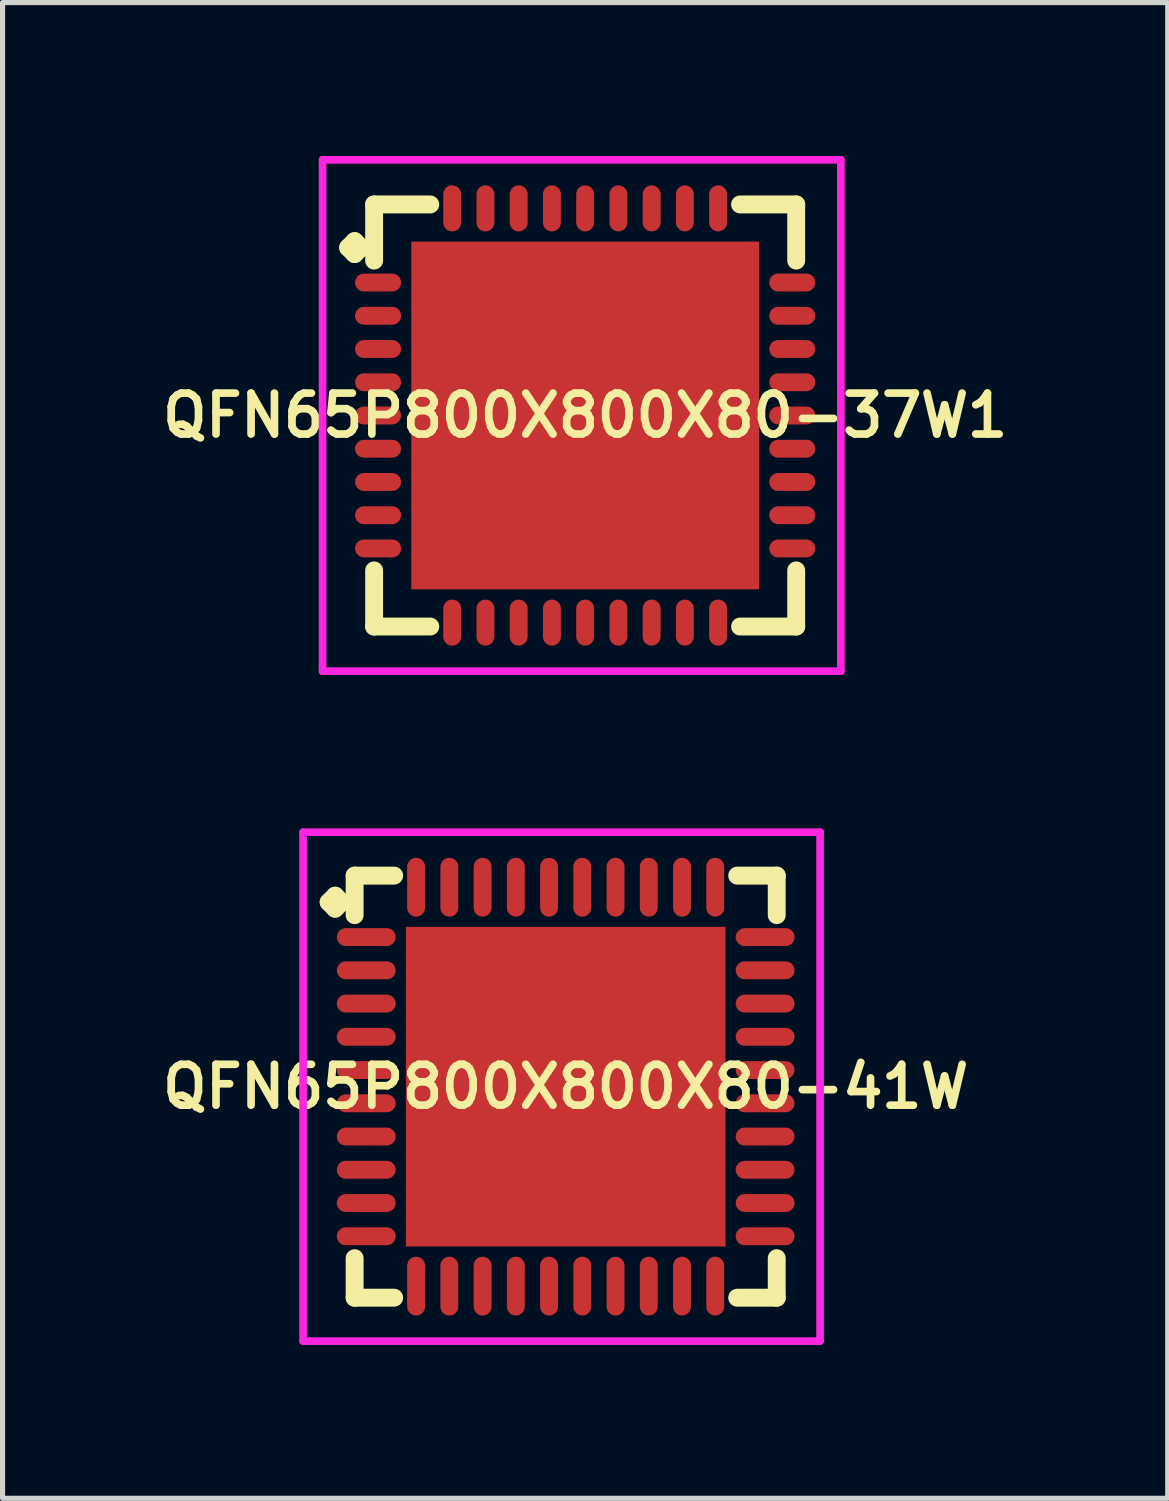
<source format=kicad_pcb>
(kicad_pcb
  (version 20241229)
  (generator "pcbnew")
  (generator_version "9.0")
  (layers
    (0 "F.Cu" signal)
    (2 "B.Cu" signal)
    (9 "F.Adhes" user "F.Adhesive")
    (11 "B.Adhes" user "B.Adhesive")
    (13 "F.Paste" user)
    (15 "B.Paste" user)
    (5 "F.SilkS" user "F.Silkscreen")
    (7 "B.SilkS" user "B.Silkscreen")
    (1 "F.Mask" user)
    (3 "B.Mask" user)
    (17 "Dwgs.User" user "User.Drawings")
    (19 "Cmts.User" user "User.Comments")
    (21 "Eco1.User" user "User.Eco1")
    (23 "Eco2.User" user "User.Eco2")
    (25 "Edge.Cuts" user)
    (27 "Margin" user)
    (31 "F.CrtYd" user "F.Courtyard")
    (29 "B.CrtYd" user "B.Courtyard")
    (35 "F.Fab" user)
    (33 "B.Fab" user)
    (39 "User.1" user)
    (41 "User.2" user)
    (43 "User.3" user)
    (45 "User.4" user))
  (footprint "QFN65P800X800X80-37W1"
    (layer "F.Cu")
    (at 8.393 5.075)
    (property "Reference" "QFN65P800X800X80-37W1" (at 0 0 0) (layer "F.SilkS") (effects (font (size 0.8 0.8) (thickness 0.15))))
    (attr smd)
    (fp_line (start -4.635 -3.283) (end -4.508 -3.41) (stroke (width 0.35) (type solid)) (layer "F.SilkS"))
    (fp_line (start -4.508 -3.41) (end -4.381 -3.283) (stroke (width 0.35) (type solid)) (layer "F.SilkS"))
    (fp_line (start -4.508 -3.156) (end -4.635 -3.283) (stroke (width 0.35) (type solid)) (layer "F.SilkS"))
    (fp_line (start -4.381 -3.283) (end -4.508 -3.156) (stroke (width 0.35) (type solid)) (layer "F.SilkS"))
    (fp_line (start -4.127 -4.127) (end -3.029 -4.127) (stroke (width 0.35) (type solid)) (layer "F.SilkS"))
    (fp_line (start -4.127 -3.029) (end -4.127 -4.127) (stroke (width 0.35) (type solid)) (layer "F.SilkS"))
    (fp_line (start -4.127 3.029) (end -4.127 4.127) (stroke (width 0.35) (type solid)) (layer "F.SilkS"))
    (fp_line (start -4.127 4.127) (end -3.029 4.127) (stroke (width 0.35) (type solid)) (layer "F.SilkS"))
    (fp_line (start 3.029 -4.127) (end 4.127 -4.127) (stroke (width 0.35) (type solid)) (layer "F.SilkS"))
    (fp_line (start 3.029 4.127) (end 4.127 4.127) (stroke (width 0.35) (type solid)) (layer "F.SilkS"))
    (fp_line (start 4.127 -4.127) (end 4.127 -3.029) (stroke (width 0.35) (type solid)) (layer "F.SilkS"))
    (fp_line (start 4.127 4.127) (end 4.127 3.029) (stroke (width 0.35) (type solid)) (layer "F.SilkS"))
    (fp_line (start -5.135 -5) (end 5 -5) (stroke (width 0.15) (type solid)) (layer "F.CrtYd"))
    (fp_line (start -5.135 5) (end -5.135 -5) (stroke (width 0.15) (type solid)) (layer "F.CrtYd"))
    (fp_line (start 5 -5) (end 5 5) (stroke (width 0.15) (type solid)) (layer "F.CrtYd"))
    (fp_line (start 5 5) (end -5.135 5) (stroke (width 0.15) (type solid)) (layer "F.CrtYd"))
    (pad "1" smd oval (at -4.05 -2.6) (size 0.9 0.35) (layers "F.Cu" "F.Mask" "F.Paste"))
    (pad "2" smd oval (at -4.05 -1.95) (size 0.9 0.35) (layers "F.Cu" "F.Mask" "F.Paste"))
    (pad "3" smd oval (at -4.05 -1.3) (size 0.9 0.35) (layers "F.Cu" "F.Mask" "F.Paste"))
    (pad "4" smd oval (at -4.05 -0.65) (size 0.9 0.35) (layers "F.Cu" "F.Mask" "F.Paste"))
    (pad "5" smd oval (at -4.05 0) (size 0.9 0.35) (layers "F.Cu" "F.Mask" "F.Paste"))
    (pad "6" smd oval (at -4.05 0.65) (size 0.9 0.35) (layers "F.Cu" "F.Mask" "F.Paste"))
    (pad "7" smd oval (at -4.05 1.3) (size 0.9 0.35) (layers "F.Cu" "F.Mask" "F.Paste"))
    (pad "8" smd oval (at -4.05 1.95) (size 0.9 0.35) (layers "F.Cu" "F.Mask" "F.Paste"))
    (pad "9" smd oval (at -4.05 2.6) (size 0.9 0.35) (layers "F.Cu" "F.Mask" "F.Paste"))
    (pad "10" smd oval (at -2.6 4.05) (size 0.35 0.9) (layers "F.Cu" "F.Mask" "F.Paste"))
    (pad "11" smd oval (at -1.95 4.05) (size 0.35 0.9) (layers "F.Cu" "F.Mask" "F.Paste"))
    (pad "12" smd oval (at -1.3 4.05) (size 0.35 0.9) (layers "F.Cu" "F.Mask" "F.Paste"))
    (pad "13" smd oval (at -0.65 4.05) (size 0.35 0.9) (layers "F.Cu" "F.Mask" "F.Paste"))
    (pad "14" smd oval (at 0 4.05) (size 0.35 0.9) (layers "F.Cu" "F.Mask" "F.Paste"))
    (pad "15" smd oval (at 0.65 4.05) (size 0.35 0.9) (layers "F.Cu" "F.Mask" "F.Paste"))
    (pad "16" smd oval (at 1.3 4.05) (size 0.35 0.9) (layers "F.Cu" "F.Mask" "F.Paste"))
    (pad "17" smd oval (at 1.95 4.05) (size 0.35 0.9) (layers "F.Cu" "F.Mask" "F.Paste"))
    (pad "18" smd oval (at 2.6 4.05) (size 0.35 0.9) (layers "F.Cu" "F.Mask" "F.Paste"))
    (pad "19" smd oval (at 4.05 2.6) (size 0.9 0.35) (layers "F.Cu" "F.Mask" "F.Paste"))
    (pad "20" smd oval (at 4.05 1.95) (size 0.9 0.35) (layers "F.Cu" "F.Mask" "F.Paste"))
    (pad "21" smd oval (at 4.05 1.3) (size 0.9 0.35) (layers "F.Cu" "F.Mask" "F.Paste"))
    (pad "22" smd oval (at 4.05 0.65) (size 0.9 0.35) (layers "F.Cu" "F.Mask" "F.Paste"))
    (pad "23" smd oval (at 4.05 0) (size 0.9 0.35) (layers "F.Cu" "F.Mask" "F.Paste"))
    (pad "24" smd oval (at 4.05 -0.65) (size 0.9 0.35) (layers "F.Cu" "F.Mask" "F.Paste"))
    (pad "25" smd oval (at 4.05 -1.3) (size 0.9 0.35) (layers "F.Cu" "F.Mask" "F.Paste"))
    (pad "26" smd oval (at 4.05 -1.95) (size 0.9 0.35) (layers "F.Cu" "F.Mask" "F.Paste"))
    (pad "27" smd oval (at 4.05 -2.6) (size 0.9 0.35) (layers "F.Cu" "F.Mask" "F.Paste"))
    (pad "28" smd oval (at 2.6 -4.05) (size 0.35 0.9) (layers "F.Cu" "F.Mask" "F.Paste"))
    (pad "29" smd oval (at 1.95 -4.05) (size 0.35 0.9) (layers "F.Cu" "F.Mask" "F.Paste"))
    (pad "30" smd oval (at 1.3 -4.05) (size 0.35 0.9) (layers "F.Cu" "F.Mask" "F.Paste"))
    (pad "31" smd oval (at 0.65 -4.05) (size 0.35 0.9) (layers "F.Cu" "F.Mask" "F.Paste"))
    (pad "32" smd oval (at 0 -4.05) (size 0.35 0.9) (layers "F.Cu" "F.Mask" "F.Paste"))
    (pad "33" smd oval (at -0.65 -4.05) (size 0.35 0.9) (layers "F.Cu" "F.Mask" "F.Paste"))
    (pad "34" smd oval (at -1.3 -4.05) (size 0.35 0.9) (layers "F.Cu" "F.Mask" "F.Paste"))
    (pad "35" smd oval (at -1.95 -4.05) (size 0.35 0.9) (layers "F.Cu" "F.Mask" "F.Paste"))
    (pad "36" smd oval (at -2.6 -4.05) (size 0.35 0.9) (layers "F.Cu" "F.Mask" "F.Paste"))
    (pad "37" smd rect (at 0 0) (size 6.8 6.8) (layers "F.Cu" "F.Mask" "F.Paste")))
  (footprint "QFN65P800X800X80-41W"
    (layer "F.Cu")
    (at 8.012 18.2)
    (property "Reference" "QFN65P800X800X80-41W" (at 0 0 0) (layer "F.SilkS") (effects (font (size 0.8 0.8) (thickness 0.15))))
    (attr smd)
    (fp_line (start -4.635 -3.608) (end -4.508 -3.735) (stroke (width 0.35) (type solid)) (layer "F.SilkS"))
    (fp_line (start -4.508 -3.735) (end -4.381 -3.608) (stroke (width 0.35) (type solid)) (layer "F.SilkS"))
    (fp_line (start -4.508 -3.481) (end -4.635 -3.608) (stroke (width 0.35) (type solid)) (layer "F.SilkS"))
    (fp_line (start -4.381 -3.608) (end -4.508 -3.481) (stroke (width 0.35) (type solid)) (layer "F.SilkS"))
    (fp_line (start -4.127 -4.127) (end -3.354 -4.127) (stroke (width 0.35) (type solid)) (layer "F.SilkS"))
    (fp_line (start -4.127 -3.354) (end -4.127 -4.127) (stroke (width 0.35) (type solid)) (layer "F.SilkS"))
    (fp_line (start -4.127 3.354) (end -4.127 4.127) (stroke (width 0.35) (type solid)) (layer "F.SilkS"))
    (fp_line (start -4.127 4.127) (end -3.354 4.127) (stroke (width 0.35) (type solid)) (layer "F.SilkS"))
    (fp_line (start 3.354 -4.127) (end 4.127 -4.127) (stroke (width 0.35) (type solid)) (layer "F.SilkS"))
    (fp_line (start 3.354 4.127) (end 4.127 4.127) (stroke (width 0.35) (type solid)) (layer "F.SilkS"))
    (fp_line (start 4.127 -4.127) (end 4.127 -3.354) (stroke (width 0.35) (type solid)) (layer "F.SilkS"))
    (fp_line (start 4.127 4.127) (end 4.127 3.354) (stroke (width 0.35) (type solid)) (layer "F.SilkS"))
    (fp_line (start -5.135 -4.975) (end 4.975 -4.975) (stroke (width 0.15) (type solid)) (layer "F.CrtYd"))
    (fp_line (start -5.135 4.975) (end -5.135 -4.975) (stroke (width 0.15) (type solid)) (layer "F.CrtYd"))
    (fp_line (start 4.975 -4.975) (end 4.975 4.975) (stroke (width 0.15) (type solid)) (layer "F.CrtYd"))
    (fp_line (start 4.975 4.975) (end -5.135 4.975) (stroke (width 0.15) (type solid)) (layer "F.CrtYd"))
    (pad "1" smd oval (at -3.9 -2.925) (size 1.15 0.35) (layers "F.Cu" "F.Mask" "F.Paste"))
    (pad "2" smd oval (at -3.9 -2.275) (size 1.15 0.35) (layers "F.Cu" "F.Mask" "F.Paste"))
    (pad "3" smd oval (at -3.9 -1.625) (size 1.15 0.35) (layers "F.Cu" "F.Mask" "F.Paste"))
    (pad "4" smd oval (at -3.9 -0.975) (size 1.15 0.35) (layers "F.Cu" "F.Mask" "F.Paste"))
    (pad "5" smd oval (at -3.9 -0.325) (size 1.15 0.35) (layers "F.Cu" "F.Mask" "F.Paste"))
    (pad "6" smd oval (at -3.9 0.325) (size 1.15 0.35) (layers "F.Cu" "F.Mask" "F.Paste"))
    (pad "7" smd oval (at -3.9 0.975) (size 1.15 0.35) (layers "F.Cu" "F.Mask" "F.Paste"))
    (pad "8" smd oval (at -3.9 1.625) (size 1.15 0.35) (layers "F.Cu" "F.Mask" "F.Paste"))
    (pad "9" smd oval (at -3.9 2.275) (size 1.15 0.35) (layers "F.Cu" "F.Mask" "F.Paste"))
    (pad "10" smd oval (at -3.9 2.925) (size 1.15 0.35) (layers "F.Cu" "F.Mask" "F.Paste"))
    (pad "11" smd oval (at -2.925 3.9) (size 0.35 1.15) (layers "F.Cu" "F.Mask" "F.Paste"))
    (pad "12" smd oval (at -2.275 3.9) (size 0.35 1.15) (layers "F.Cu" "F.Mask" "F.Paste"))
    (pad "13" smd oval (at -1.625 3.9) (size 0.35 1.15) (layers "F.Cu" "F.Mask" "F.Paste"))
    (pad "14" smd oval (at -0.975 3.9) (size 0.35 1.15) (layers "F.Cu" "F.Mask" "F.Paste"))
    (pad "15" smd oval (at -0.325 3.9) (size 0.35 1.15) (layers "F.Cu" "F.Mask" "F.Paste"))
    (pad "16" smd oval (at 0.325 3.9) (size 0.35 1.15) (layers "F.Cu" "F.Mask" "F.Paste"))
    (pad "17" smd oval (at 0.975 3.9) (size 0.35 1.15) (layers "F.Cu" "F.Mask" "F.Paste"))
    (pad "18" smd oval (at 1.625 3.9) (size 0.35 1.15) (layers "F.Cu" "F.Mask" "F.Paste"))
    (pad "19" smd oval (at 2.275 3.9) (size 0.35 1.15) (layers "F.Cu" "F.Mask" "F.Paste"))
    (pad "20" smd oval (at 2.925 3.9) (size 0.35 1.15) (layers "F.Cu" "F.Mask" "F.Paste"))
    (pad "21" smd oval (at 3.9 2.925) (size 1.15 0.35) (layers "F.Cu" "F.Mask" "F.Paste"))
    (pad "22" smd oval (at 3.9 2.275) (size 1.15 0.35) (layers "F.Cu" "F.Mask" "F.Paste"))
    (pad "23" smd oval (at 3.9 1.625) (size 1.15 0.35) (layers "F.Cu" "F.Mask" "F.Paste"))
    (pad "24" smd oval (at 3.9 0.975) (size 1.15 0.35) (layers "F.Cu" "F.Mask" "F.Paste"))
    (pad "25" smd oval (at 3.9 0.325) (size 1.15 0.35) (layers "F.Cu" "F.Mask" "F.Paste"))
    (pad "26" smd oval (at 3.9 -0.325) (size 1.15 0.35) (layers "F.Cu" "F.Mask" "F.Paste"))
    (pad "27" smd oval (at 3.9 -0.975) (size 1.15 0.35) (layers "F.Cu" "F.Mask" "F.Paste"))
    (pad "28" smd oval (at 3.9 -1.625) (size 1.15 0.35) (layers "F.Cu" "F.Mask" "F.Paste"))
    (pad "29" smd oval (at 3.9 -2.275) (size 1.15 0.35) (layers "F.Cu" "F.Mask" "F.Paste"))
    (pad "30" smd oval (at 3.9 -2.925) (size 1.15 0.35) (layers "F.Cu" "F.Mask" "F.Paste"))
    (pad "31" smd oval (at 2.925 -3.9) (size 0.35 1.15) (layers "F.Cu" "F.Mask" "F.Paste"))
    (pad "32" smd oval (at 2.275 -3.9) (size 0.35 1.15) (layers "F.Cu" "F.Mask" "F.Paste"))
    (pad "33" smd oval (at 1.625 -3.9) (size 0.35 1.15) (layers "F.Cu" "F.Mask" "F.Paste"))
    (pad "34" smd oval (at 0.975 -3.9) (size 0.35 1.15) (layers "F.Cu" "F.Mask" "F.Paste"))
    (pad "35" smd oval (at 0.325 -3.9) (size 0.35 1.15) (layers "F.Cu" "F.Mask" "F.Paste"))
    (pad "36" smd oval (at -0.325 -3.9) (size 0.35 1.15) (layers "F.Cu" "F.Mask" "F.Paste"))
    (pad "37" smd oval (at -0.975 -3.9) (size 0.35 1.15) (layers "F.Cu" "F.Mask" "F.Paste"))
    (pad "38" smd oval (at -1.625 -3.9) (size 0.35 1.15) (layers "F.Cu" "F.Mask" "F.Paste"))
    (pad "39" smd oval (at -2.275 -3.9) (size 0.35 1.15) (layers "F.Cu" "F.Mask" "F.Paste"))
    (pad "40" smd oval (at -2.925 -3.9) (size 0.35 1.15) (layers "F.Cu" "F.Mask" "F.Paste"))
    (pad "41" smd rect (at 0 0) (size 6.25 6.25) (layers "F.Cu" "F.Mask" "F.Paste")))
  (gr_rect
    (start -3 -3)
    (end 19.785 26.25)
    (stroke (width 0.1) (type default))
    (fill no)
    (layer "Edge.Cuts")))
</source>
